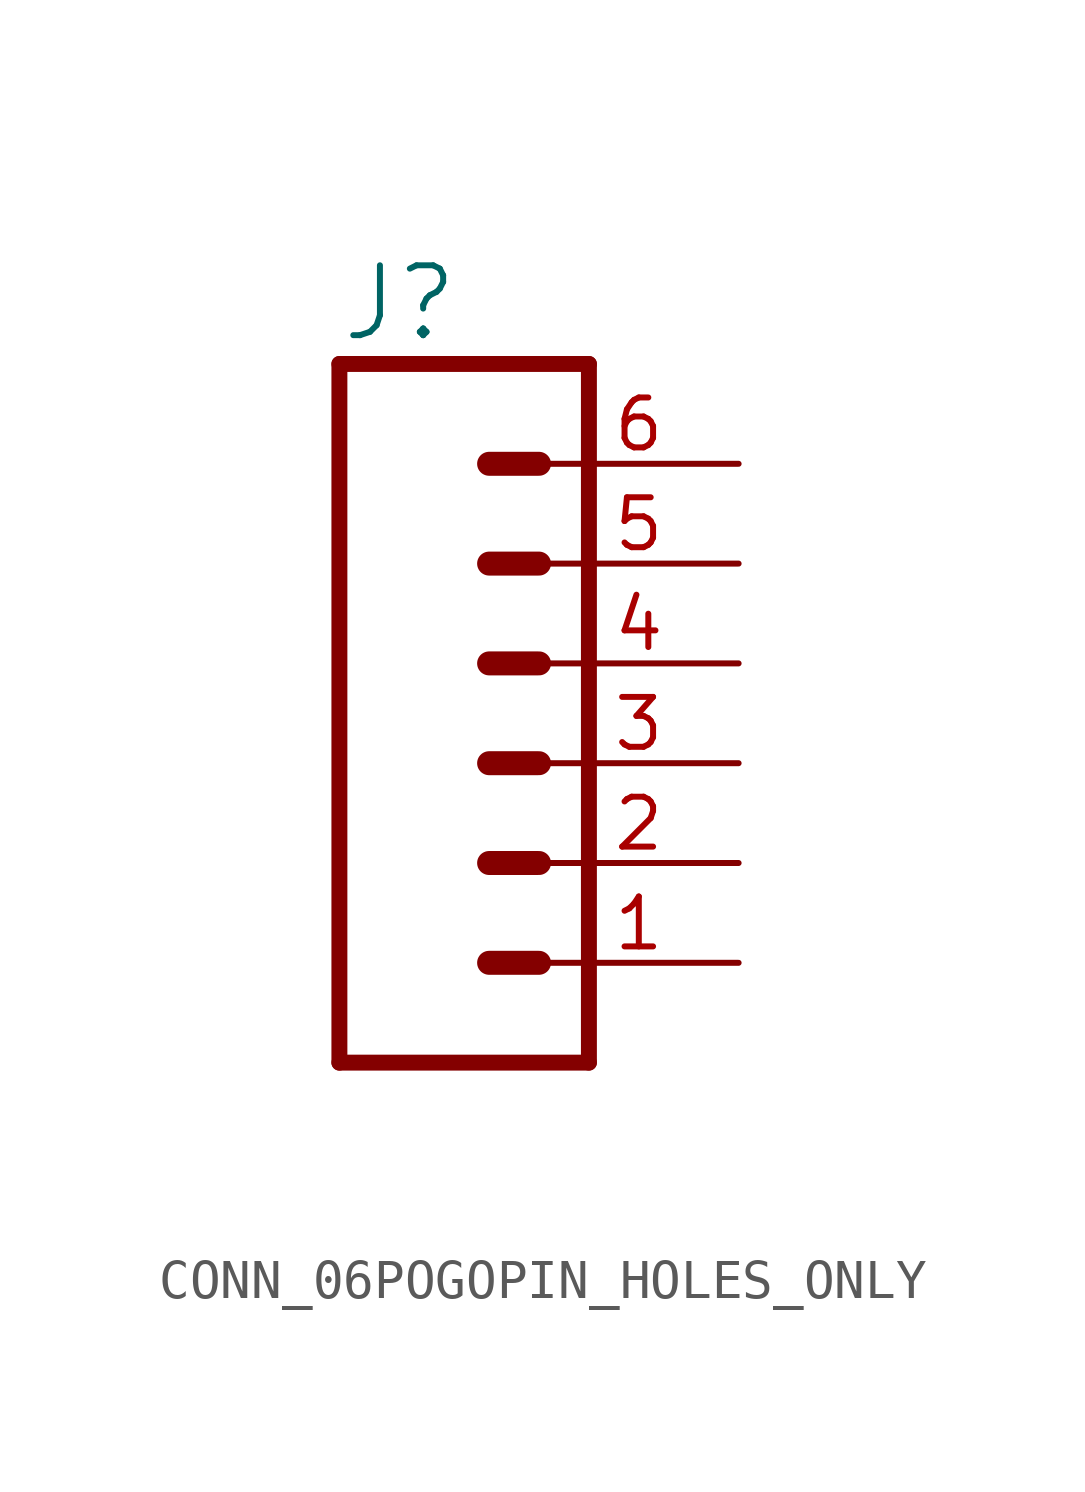
<source format=kicad_sym>
(kicad_symbol_lib
  (version 20231120)
  (generator "kicad_symbol_editor")
  (generator_version "8.0")
  (symbol "CONN_06POGOPIN_HOLES_ONLY"
    (property "Reference" "J"
      (at -5.08 10.668 0)
      (effects (font (size 1.778 1.778)) (justify left bottom)))
    (property "Value" ""
      (at -5.08 -9.906 0)
      (effects (font (size 1.778 1.778)) (justify left bottom)))
    (property "ki_locked" ""
      (at 0 0 0)
      (effects (font (size 1.27 1.27))))
    (symbol "CONN_06POGOPIN_HOLES_ONLY_1_0"
      (polyline (pts (xy -5.08 10.16) (xy -5.08 -7.62)) (stroke (width 0.406) (type solid)) (fill (type none)))
      (polyline (pts (xy -5.08 10.16) (xy 1.27 10.16)) (stroke (width 0.406) (type solid)) (fill (type none)))
      (polyline (pts (xy -1.27 -5.08) (xy 0 -5.08)) (stroke (width 0.61) (type solid)) (fill (type none)))
      (polyline (pts (xy -1.27 -2.54) (xy 0 -2.54)) (stroke (width 0.61) (type solid)) (fill (type none)))
      (polyline (pts (xy -1.27 0) (xy 0 0)) (stroke (width 0.61) (type solid)) (fill (type none)))
      (polyline (pts (xy -1.27 2.54) (xy 0 2.54)) (stroke (width 0.61) (type solid)) (fill (type none)))
      (polyline (pts (xy -1.27 5.08) (xy 0 5.08)) (stroke (width 0.61) (type solid)) (fill (type none)))
      (polyline (pts (xy -1.27 7.62) (xy 0 7.62)) (stroke (width 0.61) (type solid)) (fill (type none)))
      (polyline (pts (xy 1.27 -7.62) (xy -5.08 -7.62)) (stroke (width 0.406) (type solid)) (fill (type none)))
      (polyline (pts (xy 1.27 -7.62) (xy 1.27 10.16)) (stroke (width 0.406) (type solid)) (fill (type none)))
      (pin passive line (at 5.08 -5.08 180) (length 5.08) (name "1" (effects (font (size 0 0)))) (number "1" (effects (font (size 1.27 1.27)))))
      (pin passive line (at 5.08 -2.54 180) (length 5.08) (name "2" (effects (font (size 0 0)))) (number "2" (effects (font (size 1.27 1.27)))))
      (pin passive line (at 5.08 0 180) (length 5.08) (name "3" (effects (font (size 0 0)))) (number "3" (effects (font (size 1.27 1.27)))))
      (pin passive line (at 5.08 2.54 180) (length 5.08) (name "4" (effects (font (size 0 0)))) (number "4" (effects (font (size 1.27 1.27)))))
      (pin passive line (at 5.08 5.08 180) (length 5.08) (name "5" (effects (font (size 0 0)))) (number "5" (effects (font (size 1.27 1.27)))))
      (pin passive line (at 5.08 7.62 180) (length 5.08) (name "6" (effects (font (size 0 0)))) (number "6" (effects (font (size 1.27 1.27))))))))
</source>
